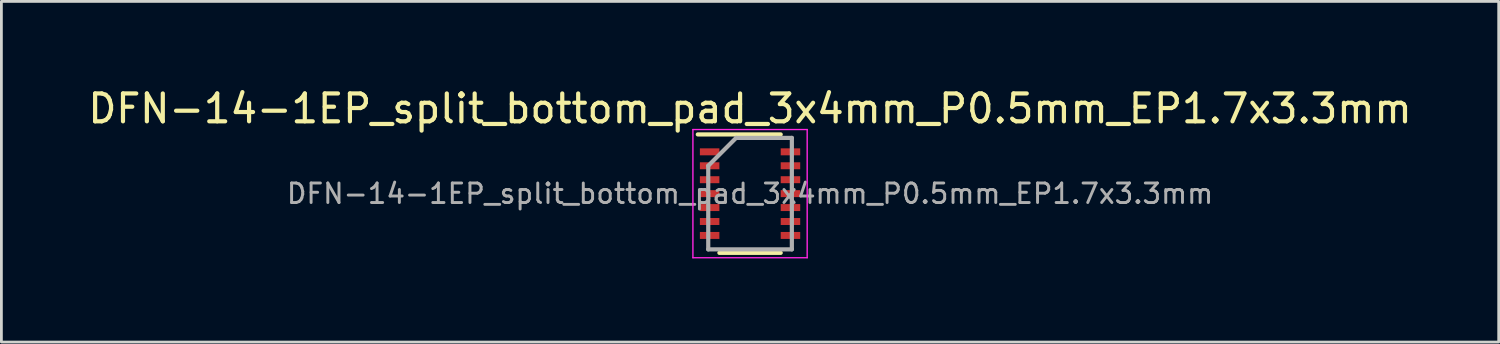
<source format=kicad_pcb>
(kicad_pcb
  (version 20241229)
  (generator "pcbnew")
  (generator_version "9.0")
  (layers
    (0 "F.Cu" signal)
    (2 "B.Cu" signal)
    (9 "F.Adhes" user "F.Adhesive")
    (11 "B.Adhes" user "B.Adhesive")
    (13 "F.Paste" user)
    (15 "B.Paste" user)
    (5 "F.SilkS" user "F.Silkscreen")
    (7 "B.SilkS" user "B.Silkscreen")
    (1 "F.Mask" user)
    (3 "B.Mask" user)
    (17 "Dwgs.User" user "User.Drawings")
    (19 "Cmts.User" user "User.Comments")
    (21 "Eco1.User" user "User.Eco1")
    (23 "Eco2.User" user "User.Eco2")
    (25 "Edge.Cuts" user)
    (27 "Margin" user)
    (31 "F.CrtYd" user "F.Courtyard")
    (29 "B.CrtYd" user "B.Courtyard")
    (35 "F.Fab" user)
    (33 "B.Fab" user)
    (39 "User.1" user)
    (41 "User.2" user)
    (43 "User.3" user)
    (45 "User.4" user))
  (footprint "DFN-14-1EP_split_bottom_pad_3x4mm_P0.5mm_EP1.7x3.3mm"
    (layer "F.Cu")
    (at 23.863 3.898)
    (property "Reference" "DFN-14-1EP_split_bottom_pad_3x4mm_P0.5mm_EP1.7x3.3mm" (at 0 -3.05 0) (layer "F.SilkS") (effects (font (size 1 1) (thickness 0.15))))
    (attr smd)
    (fp_line (start -1.875 -2.125) (end 1.1 -2.125) (stroke (width 0.15) (type solid)) (layer "F.SilkS"))
    (fp_line (start -1.1 2.125) (end 1.1 2.125) (stroke (width 0.15) (type solid)) (layer "F.SilkS"))
    (fp_line (start -2.05 -2.3) (end -2.05 2.3) (stroke (width 0.05) (type solid)) (layer "F.CrtYd"))
    (fp_line (start -2.05 -2.3) (end 2.05 -2.3) (stroke (width 0.05) (type solid)) (layer "F.CrtYd"))
    (fp_line (start -2.05 2.3) (end 2.05 2.3) (stroke (width 0.05) (type solid)) (layer "F.CrtYd"))
    (fp_line (start 2.05 -2.3) (end 2.05 2.3) (stroke (width 0.05) (type solid)) (layer "F.CrtYd"))
    (fp_line (start -1.5 -1) (end -0.5 -2) (stroke (width 0.15) (type solid)) (layer "F.Fab"))
    (fp_line (start -1.5 2) (end -1.5 -1) (stroke (width 0.15) (type solid)) (layer "F.Fab"))
    (fp_line (start -0.5 -2) (end 1.5 -2) (stroke (width 0.15) (type solid)) (layer "F.Fab"))
    (fp_line (start 1.5 -2) (end 1.5 2) (stroke (width 0.15) (type solid)) (layer "F.Fab"))
    (fp_line (start 1.5 2) (end -1.5 2) (stroke (width 0.15) (type solid)) (layer "F.Fab"))
    (fp_text user "${REFERENCE}" (at 0 0 0) (layer "F.Fab") (effects (font (size 0.7 0.7) (thickness 0.105))))
    (pad "" smd rect (at -0.425 -1.238) (size 0.685 0.67) (layers "F.Paste"))
    (pad "" smd rect (at -0.425 1.238) (size 0.685 0.67) (layers "F.Paste"))
    (pad "" smd rect (at 0.425 -1.238) (size 0.685 0.67) (layers "F.Paste"))
    (pad "" smd rect (at 0.425 1.238) (size 0.685 0.67) (layers "F.Paste"))
    (pad "1" smd rect (at -1.45 -1.5) (size 0.7 0.25) (layers "F.Cu" "F.Mask" "F.Paste"))
    (pad "2" smd rect (at -1.45 -1) (size 0.7 0.25) (layers "F.Cu" "F.Mask" "F.Paste"))
    (pad "3" smd rect (at -1.45 -0.5) (size 0.7 0.25) (layers "F.Cu" "F.Mask" "F.Paste"))
    (pad "4" smd rect (at -1.45 0) (size 0.7 0.25) (layers "F.Cu" "F.Mask" "F.Paste"))
    (pad "5" smd rect (at -1.45 0.5) (size 0.7 0.25) (layers "F.Cu" "F.Mask" "F.Paste"))
    (pad "6" smd rect (at -1.45 1) (size 0.7 0.25) (layers "F.Cu" "F.Mask" "F.Paste"))
    (pad "7" smd rect (at -1.45 1.5) (size 0.7 0.25) (layers "F.Cu" "F.Mask" "F.Paste"))
    (pad "8" smd rect (at 1.45 1.5) (size 0.7 0.25) (layers "F.Cu" "F.Mask" "F.Paste"))
    (pad "9" smd rect (at 1.45 1) (size 0.7 0.25) (layers "F.Cu" "F.Mask" "F.Paste"))
    (pad "10" smd rect (at 1.45 0.5) (size 0.7 0.25) (layers "F.Cu" "F.Mask" "F.Paste"))
    (pad "11" smd rect (at 1.45 0) (size 0.7 0.25) (layers "F.Cu" "F.Mask" "F.Paste"))
    (pad "12" smd rect (at 1.45 -0.5) (size 0.7 0.25) (layers "F.Cu" "F.Mask" "F.Paste"))
    (pad "13" smd rect (at 1.45 -1) (size 0.7 0.25) (layers "F.Cu" "F.Mask" "F.Paste"))
    (pad "14" smd rect (at 1.45 -1.5) (size 0.7 0.25) (layers "F.Cu" "F.Mask" "F.Paste")))
  (gr_rect
    (start -3 -3)
    (end 50.726 9.223)
    (stroke (width 0.1) (type default))
    (fill no)
    (layer "Edge.Cuts")))
</source>
